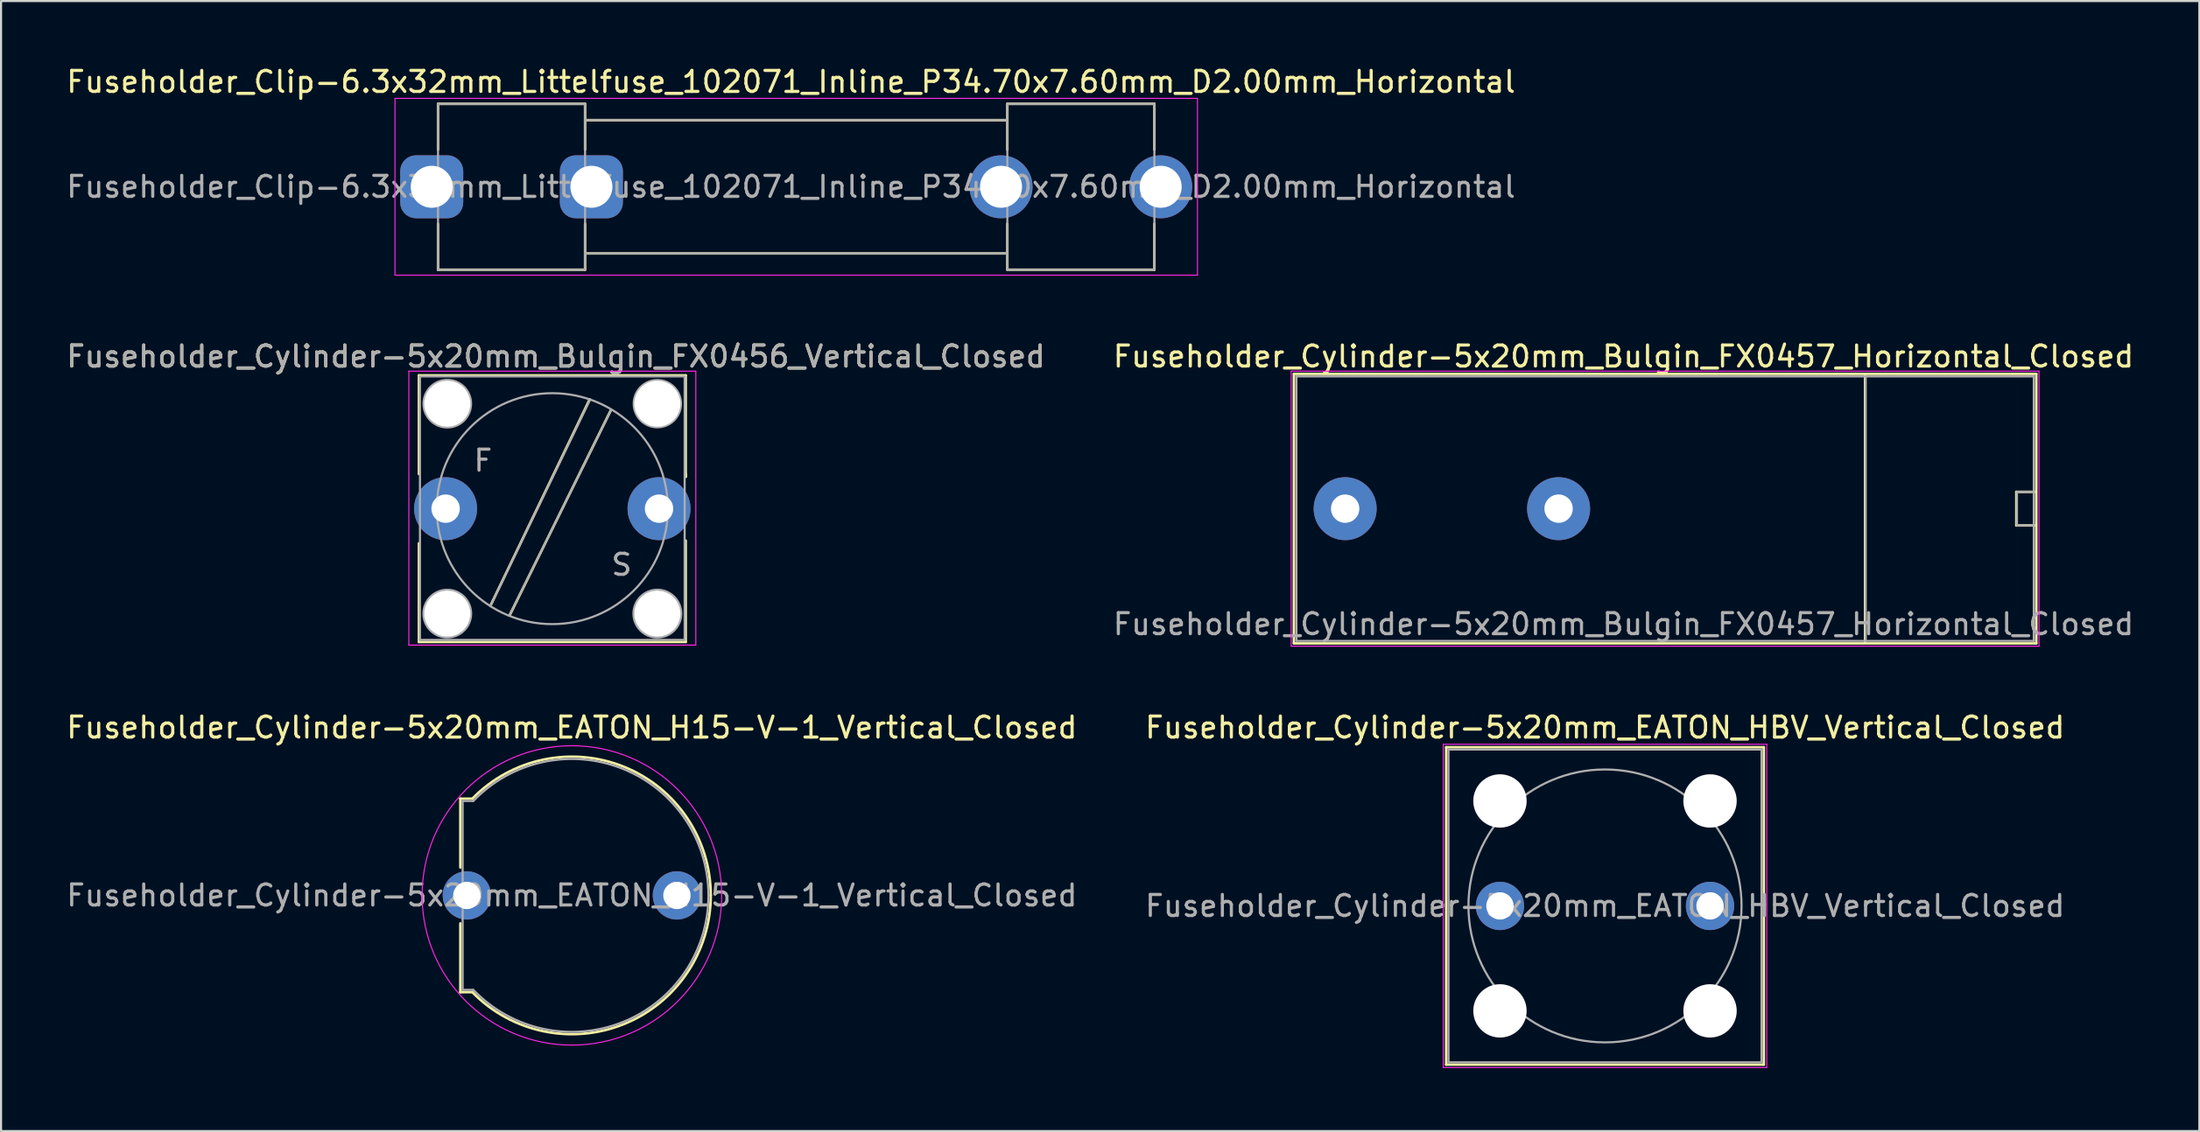
<source format=kicad_pcb>
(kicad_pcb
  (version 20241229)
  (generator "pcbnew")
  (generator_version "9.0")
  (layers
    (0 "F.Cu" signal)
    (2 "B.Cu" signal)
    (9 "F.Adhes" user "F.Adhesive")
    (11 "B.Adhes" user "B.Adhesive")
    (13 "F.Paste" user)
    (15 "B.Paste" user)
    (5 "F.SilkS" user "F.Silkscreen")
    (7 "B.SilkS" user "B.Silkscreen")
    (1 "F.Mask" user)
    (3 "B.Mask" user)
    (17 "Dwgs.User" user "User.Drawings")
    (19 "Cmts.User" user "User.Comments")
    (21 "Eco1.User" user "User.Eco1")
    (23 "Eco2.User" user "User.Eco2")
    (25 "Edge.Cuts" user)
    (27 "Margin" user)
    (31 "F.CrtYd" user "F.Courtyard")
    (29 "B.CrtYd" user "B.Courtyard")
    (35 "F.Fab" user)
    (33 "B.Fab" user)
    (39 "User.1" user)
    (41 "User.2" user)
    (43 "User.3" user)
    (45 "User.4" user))
  (footprint "Fuseholder_Cylinder-5x20mm_Bulgin_FX0457_Horizontal_Closed"
    (layer "F.Cu")
    (at 60.982 21.181)
    (property "Reference" "Fuseholder_Cylinder-5x20mm_Bulgin_FX0457_Horizontal_Closed" (at 13.25 -7.25 0) (layer "F.SilkS") (effects (font (size 1 1) (thickness 0.15))))
    (attr through_hole)
    (fp_line (start -2.44 -6.42) (end -2.44 6.42) (stroke (width 0.12) (type solid)) (layer "F.SilkS"))
    (fp_line (start -2.44 -6.42) (end 32.9 -6.42) (stroke (width 0.12) (type solid)) (layer "F.SilkS"))
    (fp_line (start 24.75 -6.4) (end 24.75 6.4) (stroke (width 0.12) (type solid)) (layer "F.SilkS"))
    (fp_line (start 31.95 -0.8) (end 31.95 0.8) (stroke (width 0.12) (type solid)) (layer "F.SilkS"))
    (fp_line (start 31.95 0.8) (end 32.85 0.8) (stroke (width 0.12) (type solid)) (layer "F.SilkS"))
    (fp_line (start 32.85 -0.8) (end 31.95 -0.8) (stroke (width 0.12) (type solid)) (layer "F.SilkS"))
    (fp_line (start 32.9 6.42) (end -2.44 6.42) (stroke (width 0.12) (type solid)) (layer "F.SilkS"))
    (fp_line (start 32.9 6.42) (end 32.9 -6.42) (stroke (width 0.12) (type solid)) (layer "F.SilkS"))
    (fp_line (start -2.57 -6.55) (end -2.57 6.55) (stroke (width 0.05) (type solid)) (layer "F.CrtYd"))
    (fp_line (start -2.57 -6.55) (end 33.03 -6.55) (stroke (width 0.05) (type solid)) (layer "F.CrtYd"))
    (fp_line (start 33.03 6.55) (end -2.57 6.55) (stroke (width 0.05) (type solid)) (layer "F.CrtYd"))
    (fp_line (start 33.03 6.55) (end 33.03 -6.55) (stroke (width 0.05) (type solid)) (layer "F.CrtYd"))
    (fp_line (start -2.32 6.3) (end -2.32 -6.3) (stroke (width 0.1) (type solid)) (layer "F.Fab"))
    (fp_line (start -2.32 6.3) (end 32.78 6.3) (stroke (width 0.1) (type solid)) (layer "F.Fab"))
    (fp_line (start 24.78 6.3) (end 24.78 -6.3) (stroke (width 0.1) (type solid)) (layer "F.Fab"))
    (fp_line (start 31.98 -0.8) (end 31.98 0.8) (stroke (width 0.1) (type solid)) (layer "F.Fab"))
    (fp_line (start 31.98 0.8) (end 32.78 0.8) (stroke (width 0.1) (type solid)) (layer "F.Fab"))
    (fp_line (start 32.78 -6.3) (end -2.32 -6.3) (stroke (width 0.1) (type solid)) (layer "F.Fab"))
    (fp_line (start 32.78 -0.8) (end 31.98 -0.8) (stroke (width 0.1) (type solid)) (layer "F.Fab"))
    (fp_line (start 32.78 6.3) (end 32.78 -6.3) (stroke (width 0.1) (type solid)) (layer "F.Fab"))
    (fp_text user "${REFERENCE}" (at 13.25 5.5 0) (layer "F.Fab") (effects (font (size 1 1) (thickness 0.15))))
    (pad "1" thru_hole circle (at 0 0) (size 3 3) (drill 1.35) (layers "*.Cu" "*.Mask"))
    (pad "2" thru_hole circle (at 10.16 0) (size 3 3) (drill 1.35) (layers "*.Cu" "*.Mask")))
  (footprint "Fuseholder_Cylinder-5x20mm_EATON_HBV_Vertical_Closed"
    (layer "F.Cu")
    (at 68.351 40.105)
    (property "Reference" "Fuseholder_Cylinder-5x20mm_EATON_HBV_Vertical_Closed" (at 5 -8.5 0) (layer "F.SilkS") (effects (font (size 1 1) (thickness 0.15))))
    (attr through_hole)
    (fp_line (start -2.56 -7.56) (end 12.56 -7.56) (stroke (width 0.12) (type solid)) (layer "F.SilkS"))
    (fp_line (start -2.56 7.56) (end -2.56 -7.56) (stroke (width 0.12) (type solid)) (layer "F.SilkS"))
    (fp_line (start 12.56 -7.56) (end 12.56 7.56) (stroke (width 0.12) (type solid)) (layer "F.SilkS"))
    (fp_line (start 12.56 7.56) (end -2.56 7.56) (stroke (width 0.12) (type solid)) (layer "F.SilkS"))
    (fp_line (start -2.7 -7.7) (end 12.7 -7.7) (stroke (width 0.05) (type solid)) (layer "F.CrtYd"))
    (fp_line (start -2.7 7.7) (end -2.7 -7.7) (stroke (width 0.05) (type solid)) (layer "F.CrtYd"))
    (fp_line (start 12.7 -7.7) (end 12.7 7.7) (stroke (width 0.05) (type solid)) (layer "F.CrtYd"))
    (fp_line (start 12.7 7.7) (end -2.7 7.7) (stroke (width 0.05) (type solid)) (layer "F.CrtYd"))
    (fp_line (start -2.45 -7.45) (end 12.45 -7.45) (stroke (width 0.1) (type solid)) (layer "F.Fab"))
    (fp_line (start -2.45 7.45) (end -2.45 -7.45) (stroke (width 0.1) (type solid)) (layer "F.Fab"))
    (fp_line (start 12.45 -7.45) (end 12.45 7.45) (stroke (width 0.1) (type solid)) (layer "F.Fab"))
    (fp_line (start 12.45 7.45) (end -2.45 7.45) (stroke (width 0.1) (type solid)) (layer "F.Fab"))
    (fp_circle (center 5 0) (end 11.5 0) (stroke (width 0.1) (type solid)) (fill no) (layer "F.Fab"))
    (fp_text user "${REFERENCE}" (at 5 0 0) (layer "F.Fab") (effects (font (size 1 1) (thickness 0.15))))
    (pad "" np_thru_hole circle (at 0 -5) (size 2.54 2.54) (drill 2.54) (layers "*.Cu" "*.Mask"))
    (pad "" np_thru_hole circle (at 0 5) (size 2.54 2.54) (drill 2.54) (layers "*.Cu" "*.Mask"))
    (pad "" np_thru_hole circle (at 10 -5) (size 2.54 2.54) (drill 2.54) (layers "*.Cu" "*.Mask"))
    (pad "" np_thru_hole circle (at 10 5) (size 2.54 2.54) (drill 2.54) (layers "*.Cu" "*.Mask"))
    (pad "1" thru_hole circle (at 0 0) (size 2.3 2.3) (drill 1.3) (layers "*.Cu" "*.Mask"))
    (pad "2" thru_hole circle (at 10 0) (size 2.3 2.3) (drill 1.3) (layers "*.Cu" "*.Mask")))
  (footprint "Fuseholder_Clip-6.3x32mm_Littelfuse_102071_Inline_P34.70x7.60mm_D2.00mm_Horizontal"
    (layer "F.Cu")
    (at 17.501 5.848)
    (property "Reference" "Fuseholder_Clip-6.3x32mm_Littelfuse_102071_Inline_P34.70x7.60mm_D2.00mm_Horizontal" (at 17.1 -5 0) (layer "F.SilkS") (effects (font (size 1 1) (thickness 0.15))))
    (attr through_hole)
    (fp_line (start 0.3 -3.95) (end 0.3 -1.765) (stroke (width 0.12) (type solid)) (layer "F.SilkS"))
    (fp_line (start 0.3 3.95) (end 0.3 1.765) (stroke (width 0.12) (type solid)) (layer "F.SilkS"))
    (fp_line (start 7.3 -3.95) (end 0.3 -3.95) (stroke (width 0.12) (type solid)) (layer "F.SilkS"))
    (fp_line (start 7.3 -3.95) (end 7.3 -1.765) (stroke (width 0.12) (type solid)) (layer "F.SilkS"))
    (fp_line (start 7.3 3.95) (end 0.3 3.95) (stroke (width 0.12) (type solid)) (layer "F.SilkS"))
    (fp_line (start 7.3 3.95) (end 7.3 1.765) (stroke (width 0.12) (type solid)) (layer "F.SilkS"))
    (fp_line (start 27.4 -3.95) (end 27.4 -1.765) (stroke (width 0.12) (type solid)) (layer "F.SilkS"))
    (fp_line (start 27.4 -3.175) (end 7.3 -3.175) (stroke (width 0.12) (type solid)) (layer "F.SilkS"))
    (fp_line (start 27.4 3.175) (end 7.3 3.175) (stroke (width 0.12) (type solid)) (layer "F.SilkS"))
    (fp_line (start 27.4 3.95) (end 27.4 1.765) (stroke (width 0.12) (type solid)) (layer "F.SilkS"))
    (fp_line (start 27.4 3.95) (end 34.4 3.95) (stroke (width 0.12) (type solid)) (layer "F.SilkS"))
    (fp_line (start 34.4 -3.95) (end 27.4 -3.95) (stroke (width 0.12) (type solid)) (layer "F.SilkS"))
    (fp_line (start 34.4 -1.765) (end 34.4 -3.95) (stroke (width 0.12) (type solid)) (layer "F.SilkS"))
    (fp_line (start 34.4 1.765) (end 34.4 3.95) (stroke (width 0.12) (type solid)) (layer "F.SilkS"))
    (fp_line (start -1.75 -4.21) (end -1.75 4.21) (stroke (width 0.05) (type solid)) (layer "F.CrtYd"))
    (fp_line (start -1.75 -4.21) (end 36.45 -4.21) (stroke (width 0.05) (type solid)) (layer "F.CrtYd"))
    (fp_line (start 36.45 4.21) (end -1.75 4.21) (stroke (width 0.05) (type solid)) (layer "F.CrtYd"))
    (fp_line (start 36.45 4.21) (end 36.45 -4.21) (stroke (width 0.05) (type solid)) (layer "F.CrtYd"))
    (fp_line (start 0.3 -3.95) (end 7.3 -3.95) (stroke (width 0.1) (type solid)) (layer "F.Fab"))
    (fp_line (start 0.3 3.95) (end 0.3 -3.95) (stroke (width 0.1) (type solid)) (layer "F.Fab"))
    (fp_line (start 7.3 -3.95) (end 7.3 3.95) (stroke (width 0.1) (type solid)) (layer "F.Fab"))
    (fp_line (start 7.3 -3.175) (end 27.4 -3.175) (stroke (width 0.1) (type solid)) (layer "F.Fab"))
    (fp_line (start 7.3 3.95) (end 0.3 3.95) (stroke (width 0.1) (type solid)) (layer "F.Fab"))
    (fp_line (start 27.4 -3.95) (end 27.4 3.95) (stroke (width 0.1) (type solid)) (layer "F.Fab"))
    (fp_line (start 27.4 3.175) (end 7.3 3.175) (stroke (width 0.1) (type solid)) (layer "F.Fab"))
    (fp_line (start 27.4 3.95) (end 34.4 3.95) (stroke (width 0.1) (type solid)) (layer "F.Fab"))
    (fp_line (start 34.4 -3.95) (end 27.4 -3.95) (stroke (width 0.1) (type solid)) (layer "F.Fab"))
    (fp_line (start 34.4 3.95) (end 34.4 -3.95) (stroke (width 0.1) (type solid)) (layer "F.Fab"))
    (fp_text user "${REFERENCE}" (at 17.1 0 0) (layer "F.Fab") (effects (font (size 1 1) (thickness 0.15))))
    (pad "1" thru_hole roundrect (at 0 0) (size 3 3) (drill 2) (layers "*.Cu" "*.Mask") (roundrect_rratio 0.25))
    (pad "1" thru_hole roundrect (at 7.6 0) (size 3 3) (drill 2) (layers "*.Cu" "*.Mask") (roundrect_rratio 0.25))
    (pad "2" thru_hole circle (at 27.1 0) (size 3 3) (drill 2) (layers "*.Cu" "*.Mask"))
    (pad "2" thru_hole circle (at 34.7 0) (size 3 3) (drill 2) (layers "*.Cu" "*.Mask")))
  (footprint "Fuseholder_Cylinder-5x20mm_EATON_H15-V-1_Vertical_Closed"
    (layer "F.Cu")
    (at 19.173 39.605)
    (property "Reference" "Fuseholder_Cylinder-5x20mm_EATON_H15-V-1_Vertical_Closed" (at 5 -8 0) (layer "F.SilkS") (effects (font (size 1 1) (thickness 0.15))))
    (attr through_hole)
    (fp_line (start -0.31 -4.61) (end -0.31 -1.33) (stroke (width 0.12) (type solid)) (layer "F.SilkS"))
    (fp_line (start -0.31 1.33) (end -0.31 4.61) (stroke (width 0.12) (type solid)) (layer "F.SilkS"))
    (fp_line (start 0.26 -4.61) (end -0.31 -4.61) (stroke (width 0.12) (type solid)) (layer "F.SilkS"))
    (fp_line (start 0.26 4.61) (end -0.31 4.61) (stroke (width 0.12) (type solid)) (layer "F.SilkS"))
    (fp_arc (start 0.261221 -4.608261) (mid 7.486842 -6.124354) (end 11.61 0) (stroke (width 0.12) (type solid)) (layer "F.SilkS"))
    (fp_arc (start 11.61 0) (mid 7.486842 6.124354) (end 0.261221 4.608261) (stroke (width 0.12) (type solid)) (layer "F.SilkS"))
    (fp_circle (center 5 0) (end 12.13 0) (stroke (width 0.05) (type solid)) (fill no) (layer "F.CrtYd"))
    (fp_line (start -0.2 -4.5) (end -0.2 4.5) (stroke (width 0.1) (type solid)) (layer "F.Fab"))
    (fp_line (start 0.3 -4.5) (end -0.2 -4.5) (stroke (width 0.1) (type solid)) (layer "F.Fab"))
    (fp_line (start 0.3 4.5) (end -0.2 4.5) (stroke (width 0.1) (type solid)) (layer "F.Fab"))
    (fp_arc (start 0.308559 -4.498931) (mid 7.424421 -6.030935) (end 11.5 0) (stroke (width 0.1) (type solid)) (layer "F.Fab"))
    (fp_arc (start 11.5 0) (mid 7.424421 6.030936) (end 0.308559 4.498931) (stroke (width 0.1) (type solid)) (layer "F.Fab"))
    (fp_text user "${REFERENCE}" (at 5 0 0) (layer "F.Fab") (effects (font (size 1 1) (thickness 0.15))))
    (pad "1" thru_hole circle (at 0 0) (size 2.3 2.3) (drill 1.3) (layers "*.Cu" "*.Mask"))
    (pad "2" thru_hole circle (at 10 0) (size 2.3 2.3) (drill 1.3) (layers "*.Cu" "*.Mask")))
  (footprint "Fuseholder_Cylinder-5x20mm_Bulgin_FX0456_Vertical_Closed"
    (layer "F.Cu")
    (at 18.161 21.181)
    (property "Reference" "Fuseholder_Cylinder-5x20mm_Bulgin_FX0456_Vertical_Closed" (at 5.25 -7.25 0) (layer "F.SilkS") (effects (font (size 1 1) (thickness 0.15))))
    (attr through_hole)
    (fp_line (start -1.27 -6.35) (end -1.27 -1.65) (stroke (width 0.12) (type solid)) (layer "F.SilkS"))
    (fp_line (start -1.27 6.35) (end -1.27 1.65) (stroke (width 0.12) (type solid)) (layer "F.SilkS"))
    (fp_line (start -1.27 6.35) (end 11.43 6.35) (stroke (width 0.12) (type solid)) (layer "F.SilkS"))
    (fp_line (start 6.86 -5.21) (end 2.16 4.57) (stroke (width 0.12) (type solid)) (layer "F.SilkS"))
    (fp_line (start 7.87 -4.7) (end 3.05 5.08) (stroke (width 0.12) (type solid)) (layer "F.SilkS"))
    (fp_line (start 11.43 -6.35) (end -1.27 -6.35) (stroke (width 0.12) (type solid)) (layer "F.SilkS"))
    (fp_line (start 11.43 -6.35) (end 11.43 -1.52) (stroke (width 0.12) (type solid)) (layer "F.SilkS"))
    (fp_line (start 11.43 -1.52) (end 11.43 -1.65) (stroke (width 0.12) (type solid)) (layer "F.SilkS"))
    (fp_line (start 11.43 6.35) (end 11.43 1.52) (stroke (width 0.12) (type solid)) (layer "F.SilkS"))
    (fp_line (start -1.75 -6.55) (end -1.75 6.5) (stroke (width 0.05) (type solid)) (layer "F.CrtYd"))
    (fp_line (start -1.75 -6.55) (end 11.91 -6.55) (stroke (width 0.05) (type solid)) (layer "F.CrtYd"))
    (fp_line (start 11.91 6.5) (end -1.75 6.5) (stroke (width 0.05) (type solid)) (layer "F.CrtYd"))
    (fp_line (start 11.91 6.5) (end 11.91 -6.55) (stroke (width 0.05) (type solid)) (layer "F.CrtYd"))
    (fp_line (start -1.22 -6.3) (end -1.22 6.25) (stroke (width 0.1) (type solid)) (layer "F.Fab"))
    (fp_line (start -1.22 6.25) (end 11.38 6.25) (stroke (width 0.1) (type solid)) (layer "F.Fab"))
    (fp_line (start 3.03 5.1) (end 7.88 -4.7) (stroke (width 0.1) (type solid)) (layer "F.Fab"))
    (fp_line (start 6.88 -5.2) (end 2.13 4.65) (stroke (width 0.1) (type solid)) (layer "F.Fab"))
    (fp_line (start 11.38 -6.3) (end -1.22 -6.3) (stroke (width 0.1) (type solid)) (layer "F.Fab"))
    (fp_line (start 11.38 6.25) (end 11.38 -6.3) (stroke (width 0.1) (type solid)) (layer "F.Fab"))
    (fp_circle (center 0.08 -5) (end 0.48 -3.94) (stroke (width 0.1) (type solid)) (fill no) (layer "F.Fab"))
    (fp_circle (center 0.08 5) (end 0.58 6.02) (stroke (width 0.1) (type solid)) (fill no) (layer "F.Fab"))
    (fp_circle (center 5.08 0) (end 5.13 5.5) (stroke (width 0.1) (type solid)) (fill no) (layer "F.Fab"))
    (fp_circle (center 10.08 -5) (end 10.46 -3.94) (stroke (width 0.1) (type solid)) (fill no) (layer "F.Fab"))
    (fp_circle (center 10.08 5) (end 10.64 5.99) (stroke (width 0.1) (type solid)) (fill no) (layer "F.Fab"))
    (fp_text user "F" (at 1.78 -2.29 0) (layer "F.Fab") (effects (font (size 1 1) (thickness 0.15))))
    (fp_text user "${REFERENCE}" (at 5.25 -7.25 0) (layer "F.Fab") (effects (font (size 1 1) (thickness 0.15))))
    (fp_text user "S" (at 8.38 2.67 0) (layer "F.Fab") (effects (font (size 1 1) (thickness 0.15))))
    (pad "" np_thru_hole circle (at 0.08 -5) (size 2.2 2.2) (drill 2.2) (layers "*.Cu" "*.Mask"))
    (pad "" np_thru_hole circle (at 0.08 5) (size 2.2 2.2) (drill 2.2) (layers "*.Cu" "*.Mask"))
    (pad "" np_thru_hole circle (at 10.08 -5) (size 2.2 2.2) (drill 2.2) (layers "*.Cu" "*.Mask"))
    (pad "" np_thru_hole circle (at 10.08 5) (size 2.2 2.2) (drill 2.2) (layers "*.Cu" "*.Mask"))
    (pad "1" thru_hole circle (at 0 0) (size 3 3) (drill 1.35) (layers "*.Cu" "*.Mask"))
    (pad "2" thru_hole circle (at 10.16 0) (size 3 3) (drill 1.35) (layers "*.Cu" "*.Mask")))
  (gr_rect
    (start -3 -3)
    (end 101.643 50.83)
    (stroke (width 0.1) (type default))
    (fill no)
    (layer "Edge.Cuts")))
</source>
